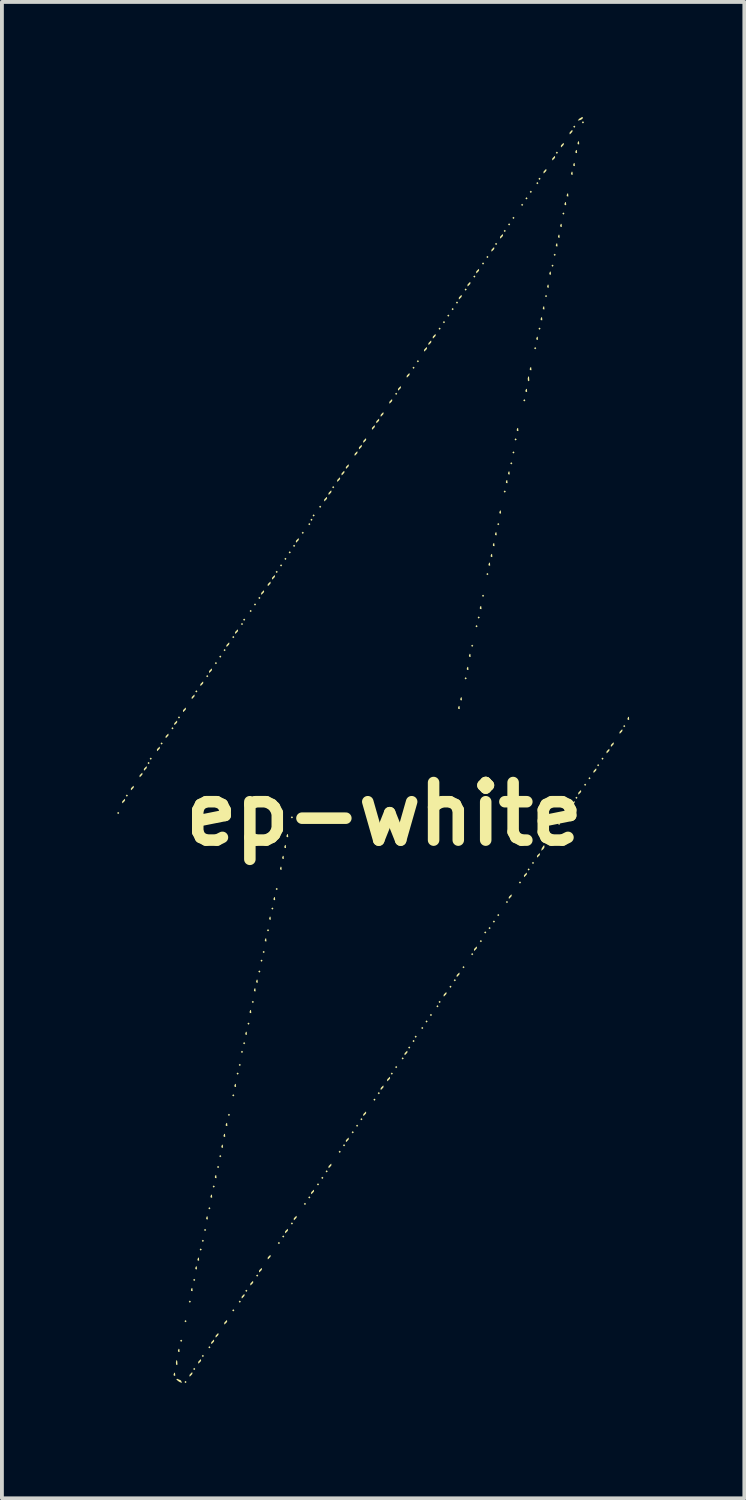
<source format=kicad_pcb>
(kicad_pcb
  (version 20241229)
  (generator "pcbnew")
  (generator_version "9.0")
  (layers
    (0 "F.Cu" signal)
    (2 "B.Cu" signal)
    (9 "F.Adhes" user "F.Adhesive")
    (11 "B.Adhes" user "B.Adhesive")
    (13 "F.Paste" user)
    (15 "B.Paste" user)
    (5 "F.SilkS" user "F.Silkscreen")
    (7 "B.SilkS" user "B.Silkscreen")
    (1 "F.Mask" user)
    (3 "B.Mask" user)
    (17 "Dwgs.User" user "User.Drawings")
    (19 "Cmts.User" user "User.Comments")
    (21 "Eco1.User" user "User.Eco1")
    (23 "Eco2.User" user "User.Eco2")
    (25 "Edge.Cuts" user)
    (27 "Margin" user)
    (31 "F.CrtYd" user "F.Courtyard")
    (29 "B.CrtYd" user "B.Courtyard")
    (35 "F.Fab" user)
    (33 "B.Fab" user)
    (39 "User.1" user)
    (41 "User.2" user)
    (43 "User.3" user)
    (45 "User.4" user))
  (footprint "ep-white"
    (layer "F.Cu")
    (at 6.958 18.154)
    (property "Reference" "ep-white" (at 0 0 0) (layer "F.SilkS") (effects (font (size 1.5 1.5) (thickness 0.3))))
    (attr board_only exclude_from_pos_files exclude_from_bom)
    (fp_poly (pts (xy -6.902 -0.028) (xy -6.93 0) (xy -6.958 -0.028) (xy -6.93 -0.057)) (stroke (width 0) (type solid)) (fill yes) (layer "F.SilkS"))
    (fp_poly (pts (xy -6.675 -0.481) (xy -6.704 -0.453) (xy -6.732 -0.481) (xy -6.704 -0.509)) (stroke (width 0) (type solid)) (fill yes) (layer "F.SilkS"))
    (fp_poly (pts (xy -6.11 -1.329) (xy -6.138 -1.301) (xy -6.166 -1.329) (xy -6.138 -1.358)) (stroke (width 0) (type solid)) (fill yes) (layer "F.SilkS"))
    (fp_poly (pts (xy -6.053 -1.443) (xy -6.081 -1.414) (xy -6.11 -1.443) (xy -6.081 -1.471)) (stroke (width 0) (type solid)) (fill yes) (layer "F.SilkS"))
    (fp_poly (pts (xy -5.77 -1.839) (xy -5.798 -1.81) (xy -5.827 -1.839) (xy -5.798 -1.867)) (stroke (width 0) (type solid)) (fill yes) (layer "F.SilkS"))
    (fp_poly (pts (xy -5.487 -2.235) (xy -5.516 -2.206) (xy -5.544 -2.235) (xy -5.516 -2.263)) (stroke (width 0) (type solid)) (fill yes) (layer "F.SilkS"))
    (fp_poly (pts (xy -5.318 -2.517) (xy -5.346 -2.489) (xy -5.374 -2.517) (xy -5.346 -2.546)) (stroke (width 0) (type solid)) (fill yes) (layer "F.SilkS"))
    (fp_poly (pts (xy -5.261 13.718) (xy -5.289 13.747) (xy -5.318 13.718) (xy -5.289 13.69)) (stroke (width 0) (type solid)) (fill yes) (layer "F.SilkS"))
    (fp_poly (pts (xy -5.148 13.209) (xy -5.176 13.237) (xy -5.204 13.209) (xy -5.176 13.181)) (stroke (width 0) (type solid)) (fill yes) (layer "F.SilkS"))
    (fp_poly (pts (xy -5.148 14.793) (xy -5.176 14.821) (xy -5.204 14.793) (xy -5.176 14.765)) (stroke (width 0) (type solid)) (fill yes) (layer "F.SilkS"))
    (fp_poly (pts (xy -5.035 12.7) (xy -5.063 12.728) (xy -5.091 12.7) (xy -5.063 12.672)) (stroke (width 0) (type solid)) (fill yes) (layer "F.SilkS"))
    (fp_poly (pts (xy -4.922 12.134) (xy -4.95 12.163) (xy -4.978 12.134) (xy -4.95 12.106)) (stroke (width 0) (type solid)) (fill yes) (layer "F.SilkS"))
    (fp_poly (pts (xy -4.922 14.454) (xy -4.95 14.482) (xy -4.978 14.454) (xy -4.95 14.425)) (stroke (width 0) (type solid)) (fill yes) (layer "F.SilkS"))
    (fp_poly (pts (xy -4.865 -3.196) (xy -4.893 -3.168) (xy -4.922 -3.196) (xy -4.893 -3.224)) (stroke (width 0) (type solid)) (fill yes) (layer "F.SilkS"))
    (fp_poly (pts (xy -4.752 11.342) (xy -4.78 11.371) (xy -4.808 11.342) (xy -4.78 11.314)) (stroke (width 0) (type solid)) (fill yes) (layer "F.SilkS"))
    (fp_poly (pts (xy -4.695 11.116) (xy -4.724 11.144) (xy -4.752 11.116) (xy -4.724 11.088)) (stroke (width 0) (type solid)) (fill yes) (layer "F.SilkS"))
    (fp_poly (pts (xy -4.695 14.114) (xy -4.724 14.143) (xy -4.752 14.114) (xy -4.724 14.086)) (stroke (width 0) (type solid)) (fill yes) (layer "F.SilkS"))
    (fp_poly (pts (xy -4.639 10.833) (xy -4.667 10.861) (xy -4.695 10.833) (xy -4.667 10.805)) (stroke (width 0) (type solid)) (fill yes) (layer "F.SilkS"))
    (fp_poly (pts (xy -4.582 -3.592) (xy -4.61 -3.564) (xy -4.639 -3.592) (xy -4.61 -3.62)) (stroke (width 0) (type solid)) (fill yes) (layer "F.SilkS"))
    (fp_poly (pts (xy -4.526 10.267) (xy -4.554 10.296) (xy -4.582 10.267) (xy -4.554 10.239)) (stroke (width 0) (type solid)) (fill yes) (layer "F.SilkS"))
    (fp_poly (pts (xy -4.526 13.888) (xy -4.554 13.916) (xy -4.582 13.888) (xy -4.554 13.86)) (stroke (width 0) (type solid)) (fill yes) (layer "F.SilkS"))
    (fp_poly (pts (xy -4.412 9.702) (xy -4.441 9.73) (xy -4.469 9.702) (xy -4.441 9.673)) (stroke (width 0) (type solid)) (fill yes) (layer "F.SilkS"))
    (fp_poly (pts (xy -4.356 -3.932) (xy -4.384 -3.903) (xy -4.412 -3.932) (xy -4.384 -3.96)) (stroke (width 0) (type solid)) (fill yes) (layer "F.SilkS"))
    (fp_poly (pts (xy -4.299 9.193) (xy -4.328 9.221) (xy -4.356 9.193) (xy -4.328 9.164)) (stroke (width 0) (type solid)) (fill yes) (layer "F.SilkS"))
    (fp_poly (pts (xy -4.243 -4.101) (xy -4.271 -4.073) (xy -4.299 -4.101) (xy -4.271 -4.13)) (stroke (width 0) (type solid)) (fill yes) (layer "F.SilkS"))
    (fp_poly (pts (xy -4.243 8.91) (xy -4.271 8.938) (xy -4.299 8.91) (xy -4.271 8.882)) (stroke (width 0) (type solid)) (fill yes) (layer "F.SilkS"))
    (fp_poly (pts (xy -4.13 -4.271) (xy -4.158 -4.243) (xy -4.186 -4.271) (xy -4.158 -4.299)) (stroke (width 0) (type solid)) (fill yes) (layer "F.SilkS"))
    (fp_poly (pts (xy -4.016 7.835) (xy -4.045 7.863) (xy -4.073 7.835) (xy -4.045 7.807)) (stroke (width 0) (type solid)) (fill yes) (layer "F.SilkS"))
    (fp_poly (pts (xy -3.903 -4.61) (xy -3.932 -4.582) (xy -3.96 -4.61) (xy -3.932 -4.639)) (stroke (width 0) (type solid)) (fill yes) (layer "F.SilkS"))
    (fp_poly (pts (xy -3.903 7.326) (xy -3.932 7.354) (xy -3.96 7.326) (xy -3.932 7.298)) (stroke (width 0) (type solid)) (fill yes) (layer "F.SilkS"))
    (fp_poly (pts (xy -3.903 12.926) (xy -3.932 12.955) (xy -3.96 12.926) (xy -3.932 12.898)) (stroke (width 0) (type solid)) (fill yes) (layer "F.SilkS"))
    (fp_poly (pts (xy -3.79 6.76) (xy -3.818 6.788) (xy -3.847 6.76) (xy -3.818 6.732)) (stroke (width 0) (type solid)) (fill yes) (layer "F.SilkS"))
    (fp_poly (pts (xy -3.734 6.534) (xy -3.762 6.562) (xy -3.79 6.534) (xy -3.762 6.506)) (stroke (width 0) (type solid)) (fill yes) (layer "F.SilkS"))
    (fp_poly (pts (xy -3.734 12.7) (xy -3.762 12.728) (xy -3.79 12.7) (xy -3.762 12.672)) (stroke (width 0) (type solid)) (fill yes) (layer "F.SilkS"))
    (fp_poly (pts (xy -3.677 -4.95) (xy -3.705 -4.922) (xy -3.734 -4.95) (xy -3.705 -4.978)) (stroke (width 0) (type solid)) (fill yes) (layer "F.SilkS"))
    (fp_poly (pts (xy -3.677 6.194) (xy -3.705 6.223) (xy -3.734 6.194) (xy -3.705 6.166)) (stroke (width 0) (type solid)) (fill yes) (layer "F.SilkS"))
    (fp_poly (pts (xy -3.62 -5.063) (xy -3.649 -5.035) (xy -3.677 -5.063) (xy -3.649 -5.091)) (stroke (width 0) (type solid)) (fill yes) (layer "F.SilkS"))
    (fp_poly (pts (xy -3.62 5.968) (xy -3.649 5.996) (xy -3.677 5.968) (xy -3.649 5.94)) (stroke (width 0) (type solid)) (fill yes) (layer "F.SilkS"))
    (fp_poly (pts (xy -3.564 12.417) (xy -3.592 12.445) (xy -3.62 12.417) (xy -3.592 12.389)) (stroke (width 0) (type solid)) (fill yes) (layer "F.SilkS"))
    (fp_poly (pts (xy -3.507 5.459) (xy -3.536 5.487) (xy -3.564 5.459) (xy -3.536 5.431)) (stroke (width 0) (type solid)) (fill yes) (layer "F.SilkS"))
    (fp_poly (pts (xy -3.451 -5.289) (xy -3.479 -5.261) (xy -3.507 -5.289) (xy -3.479 -5.318)) (stroke (width 0) (type solid)) (fill yes) (layer "F.SilkS"))
    (fp_poly (pts (xy -3.394 4.893) (xy -3.422 4.922) (xy -3.451 4.893) (xy -3.422 4.865)) (stroke (width 0) (type solid)) (fill yes) (layer "F.SilkS"))
    (fp_poly (pts (xy -3.338 -5.459) (xy -3.366 -5.431) (xy -3.394 -5.459) (xy -3.366 -5.487)) (stroke (width 0) (type solid)) (fill yes) (layer "F.SilkS"))
    (fp_poly (pts (xy -3.281 12.021) (xy -3.309 12.049) (xy -3.338 12.021) (xy -3.309 11.993)) (stroke (width 0) (type solid)) (fill yes) (layer "F.SilkS"))
    (fp_poly (pts (xy -3.224 -5.629) (xy -3.253 -5.6) (xy -3.281 -5.629) (xy -3.253 -5.657)) (stroke (width 0) (type solid)) (fill yes) (layer "F.SilkS"))
    (fp_poly (pts (xy -3.224 4.101) (xy -3.253 4.13) (xy -3.281 4.101) (xy -3.253 4.073)) (stroke (width 0) (type solid)) (fill yes) (layer "F.SilkS"))
    (fp_poly (pts (xy -3.168 3.818) (xy -3.196 3.847) (xy -3.224 3.818) (xy -3.196 3.79)) (stroke (width 0) (type solid)) (fill yes) (layer "F.SilkS"))
    (fp_poly (pts (xy -3.111 3.592) (xy -3.14 3.62) (xy -3.168 3.592) (xy -3.14 3.564)) (stroke (width 0) (type solid)) (fill yes) (layer "F.SilkS"))
    (fp_poly (pts (xy -2.998 3.027) (xy -3.027 3.055) (xy -3.055 3.027) (xy -3.027 2.998)) (stroke (width 0) (type solid)) (fill yes) (layer "F.SilkS"))
    (fp_poly (pts (xy -2.885 2.461) (xy -2.913 2.489) (xy -2.942 2.461) (xy -2.913 2.433)) (stroke (width 0) (type solid)) (fill yes) (layer "F.SilkS"))
    (fp_poly (pts (xy -2.772 -6.308) (xy -2.8 -6.279) (xy -2.829 -6.308) (xy -2.8 -6.336)) (stroke (width 0) (type solid)) (fill yes) (layer "F.SilkS"))
    (fp_poly (pts (xy -2.772 1.952) (xy -2.8 1.98) (xy -2.829 1.952) (xy -2.8 1.923)) (stroke (width 0) (type solid)) (fill yes) (layer "F.SilkS"))
    (fp_poly (pts (xy -2.715 11.173) (xy -2.744 11.201) (xy -2.772 11.173) (xy -2.744 11.144)) (stroke (width 0) (type solid)) (fill yes) (layer "F.SilkS"))
    (fp_poly (pts (xy -2.659 -6.477) (xy -2.687 -6.449) (xy -2.715 -6.477) (xy -2.687 -6.506)) (stroke (width 0) (type solid)) (fill yes) (layer "F.SilkS"))
    (fp_poly (pts (xy -2.602 11.003) (xy -2.631 11.031) (xy -2.659 11.003) (xy -2.631 10.975)) (stroke (width 0) (type solid)) (fill yes) (layer "F.SilkS"))
    (fp_poly (pts (xy -2.546 -6.647) (xy -2.574 -6.619) (xy -2.602 -6.647) (xy -2.574 -6.675)) (stroke (width 0) (type solid)) (fill yes) (layer "F.SilkS"))
    (fp_poly (pts (xy -2.433 -6.817) (xy -2.461 -6.788) (xy -2.489 -6.817) (xy -2.461 -6.845)) (stroke (width 0) (type solid)) (fill yes) (layer "F.SilkS"))
    (fp_poly (pts (xy -2.376 0.085) (xy -2.404 0.113) (xy -2.433 0.085) (xy -2.404 0.057)) (stroke (width 0) (type solid)) (fill yes) (layer "F.SilkS"))
    (fp_poly (pts (xy -2.376 10.663) (xy -2.404 10.692) (xy -2.433 10.663) (xy -2.404 10.635)) (stroke (width 0) (type solid)) (fill yes) (layer "F.SilkS"))
    (fp_poly (pts (xy -2.319 -6.986) (xy -2.348 -6.958) (xy -2.376 -6.986) (xy -2.348 -7.015)) (stroke (width 0) (type solid)) (fill yes) (layer "F.SilkS"))
    (fp_poly (pts (xy -2.093 -7.326) (xy -2.121 -7.298) (xy -2.15 -7.326) (xy -2.121 -7.354)) (stroke (width 0) (type solid)) (fill yes) (layer "F.SilkS"))
    (fp_poly (pts (xy -2.037 10.154) (xy -2.065 10.183) (xy -2.093 10.154) (xy -2.065 10.126)) (stroke (width 0) (type solid)) (fill yes) (layer "F.SilkS"))
    (fp_poly (pts (xy -1.923 -7.552) (xy -1.952 -7.524) (xy -1.98 -7.552) (xy -1.952 -7.58)) (stroke (width 0) (type solid)) (fill yes) (layer "F.SilkS"))
    (fp_poly (pts (xy -1.923 9.985) (xy -1.952 10.013) (xy -1.98 9.985) (xy -1.952 9.956)) (stroke (width 0) (type solid)) (fill yes) (layer "F.SilkS"))
    (fp_poly (pts (xy -1.867 -7.665) (xy -1.895 -7.637) (xy -1.923 -7.665) (xy -1.895 -7.694)) (stroke (width 0) (type solid)) (fill yes) (layer "F.SilkS"))
    (fp_poly (pts (xy -1.81 -7.778) (xy -1.839 -7.75) (xy -1.867 -7.778) (xy -1.839 -7.807)) (stroke (width 0) (type solid)) (fill yes) (layer "F.SilkS"))
    (fp_poly (pts (xy -1.697 9.645) (xy -1.725 9.673) (xy -1.754 9.645) (xy -1.725 9.617)) (stroke (width 0) (type solid)) (fill yes) (layer "F.SilkS"))
    (fp_poly (pts (xy -1.641 -8.005) (xy -1.669 -7.976) (xy -1.697 -8.005) (xy -1.669 -8.033)) (stroke (width 0) (type solid)) (fill yes) (layer "F.SilkS"))
    (fp_poly (pts (xy -1.584 9.476) (xy -1.612 9.504) (xy -1.641 9.476) (xy -1.612 9.447)) (stroke (width 0) (type solid)) (fill yes) (layer "F.SilkS"))
    (fp_poly (pts (xy -1.471 9.306) (xy -1.499 9.334) (xy -1.527 9.306) (xy -1.499 9.278)) (stroke (width 0) (type solid)) (fill yes) (layer "F.SilkS"))
    (fp_poly (pts (xy -1.301 -8.514) (xy -1.329 -8.486) (xy -1.358 -8.514) (xy -1.329 -8.542)) (stroke (width 0) (type solid)) (fill yes) (layer "F.SilkS"))
    (fp_poly (pts (xy -1.131 8.797) (xy -1.16 8.825) (xy -1.188 8.797) (xy -1.16 8.768)) (stroke (width 0) (type solid)) (fill yes) (layer "F.SilkS"))
    (fp_poly (pts (xy -1.018 8.627) (xy -1.047 8.655) (xy -1.075 8.627) (xy -1.047 8.599)) (stroke (width 0) (type solid)) (fill yes) (layer "F.SilkS"))
    (fp_poly (pts (xy -0.792 8.288) (xy -0.82 8.316) (xy -0.849 8.288) (xy -0.82 8.259)) (stroke (width 0) (type solid)) (fill yes) (layer "F.SilkS"))
    (fp_poly (pts (xy -0.679 8.118) (xy -0.707 8.146) (xy -0.735 8.118) (xy -0.707 8.09)) (stroke (width 0) (type solid)) (fill yes) (layer "F.SilkS"))
    (fp_poly (pts (xy -0.566 7.948) (xy -0.594 7.976) (xy -0.622 7.948) (xy -0.594 7.92)) (stroke (width 0) (type solid)) (fill yes) (layer "F.SilkS"))
    (fp_poly (pts (xy -0.226 7.439) (xy -0.255 7.467) (xy -0.283 7.439) (xy -0.255 7.411)) (stroke (width 0) (type solid)) (fill yes) (layer "F.SilkS"))
    (fp_poly (pts (xy -0.113 7.269) (xy -0.141 7.298) (xy -0.17 7.269) (xy -0.141 7.241)) (stroke (width 0) (type solid)) (fill yes) (layer "F.SilkS"))
    (fp_poly (pts (xy 0.226 6.76) (xy 0.198 6.788) (xy 0.17 6.76) (xy 0.198 6.732)) (stroke (width 0) (type solid)) (fill yes) (layer "F.SilkS"))
    (fp_poly (pts (xy 0.339 -10.946) (xy 0.311 -10.918) (xy 0.283 -10.946) (xy 0.311 -10.975)) (stroke (width 0) (type solid)) (fill yes) (layer "F.SilkS"))
    (fp_poly (pts (xy 0.339 6.59) (xy 0.311 6.619) (xy 0.283 6.59) (xy 0.311 6.562)) (stroke (width 0) (type solid)) (fill yes) (layer "F.SilkS"))
    (fp_poly (pts (xy 0.509 6.364) (xy 0.481 6.392) (xy 0.453 6.364) (xy 0.481 6.336)) (stroke (width 0) (type solid)) (fill yes) (layer "F.SilkS"))
    (fp_poly (pts (xy 0.679 6.081) (xy 0.651 6.11) (xy 0.622 6.081) (xy 0.651 6.053)) (stroke (width 0) (type solid)) (fill yes) (layer "F.SilkS"))
    (fp_poly (pts (xy 0.792 -11.625) (xy 0.764 -11.597) (xy 0.735 -11.625) (xy 0.764 -11.653)) (stroke (width 0) (type solid)) (fill yes) (layer "F.SilkS"))
    (fp_poly (pts (xy 0.792 5.912) (xy 0.764 5.94) (xy 0.735 5.912) (xy 0.764 5.883)) (stroke (width 0) (type solid)) (fill yes) (layer "F.SilkS"))
    (fp_poly (pts (xy 0.849 5.798) (xy 0.82 5.827) (xy 0.792 5.798) (xy 0.82 5.77)) (stroke (width 0) (type solid)) (fill yes) (layer "F.SilkS"))
    (fp_poly (pts (xy 0.905 -11.795) (xy 0.877 -11.767) (xy 0.849 -11.795) (xy 0.877 -11.823)) (stroke (width 0) (type solid)) (fill yes) (layer "F.SilkS"))
    (fp_poly (pts (xy 1.018 5.572) (xy 0.99 5.6) (xy 0.962 5.572) (xy 0.99 5.544)) (stroke (width 0) (type solid)) (fill yes) (layer "F.SilkS"))
    (fp_poly (pts (xy 1.131 5.402) (xy 1.103 5.431) (xy 1.075 5.402) (xy 1.103 5.374)) (stroke (width 0) (type solid)) (fill yes) (layer "F.SilkS"))
    (fp_poly (pts (xy 1.245 5.233) (xy 1.216 5.261) (xy 1.188 5.233) (xy 1.216 5.204)) (stroke (width 0) (type solid)) (fill yes) (layer "F.SilkS"))
    (fp_poly (pts (xy 1.414 5.006) (xy 1.386 5.035) (xy 1.358 5.006) (xy 1.386 4.978)) (stroke (width 0) (type solid)) (fill yes) (layer "F.SilkS"))
    (fp_poly (pts (xy 1.471 -12.643) (xy 1.443 -12.615) (xy 1.414 -12.643) (xy 1.443 -12.672)) (stroke (width 0) (type solid)) (fill yes) (layer "F.SilkS"))
    (fp_poly (pts (xy 1.471 4.893) (xy 1.443 4.922) (xy 1.414 4.893) (xy 1.443 4.865)) (stroke (width 0) (type solid)) (fill yes) (layer "F.SilkS"))
    (fp_poly (pts (xy 1.584 -12.813) (xy 1.556 -12.785) (xy 1.527 -12.813) (xy 1.556 -12.841)) (stroke (width 0) (type solid)) (fill yes) (layer "F.SilkS"))
    (fp_poly (pts (xy 1.697 -12.983) (xy 1.669 -12.955) (xy 1.641 -12.983) (xy 1.669 -13.011)) (stroke (width 0) (type solid)) (fill yes) (layer "F.SilkS"))
    (fp_poly (pts (xy 1.754 4.497) (xy 1.725 4.526) (xy 1.697 4.497) (xy 1.725 4.469)) (stroke (width 0) (type solid)) (fill yes) (layer "F.SilkS"))
    (fp_poly (pts (xy 1.81 -13.153) (xy 1.782 -13.124) (xy 1.754 -13.153) (xy 1.782 -13.181)) (stroke (width 0) (type solid)) (fill yes) (layer "F.SilkS"))
    (fp_poly (pts (xy 1.867 4.328) (xy 1.839 4.356) (xy 1.81 4.328) (xy 1.839 4.299)) (stroke (width 0) (type solid)) (fill yes) (layer "F.SilkS"))
    (fp_poly (pts (xy 1.923 -13.322) (xy 1.895 -13.294) (xy 1.867 -13.322) (xy 1.895 -13.351)) (stroke (width 0) (type solid)) (fill yes) (layer "F.SilkS"))
    (fp_poly (pts (xy 2.093 3.988) (xy 2.065 4.016) (xy 2.037 3.988) (xy 2.065 3.96)) (stroke (width 0) (type solid)) (fill yes) (layer "F.SilkS"))
    (fp_poly (pts (xy 2.15 -13.662) (xy 2.121 -13.633) (xy 2.093 -13.662) (xy 2.121 -13.69)) (stroke (width 0) (type solid)) (fill yes) (layer "F.SilkS"))
    (fp_poly (pts (xy 2.15 -3.536) (xy 2.121 -3.507) (xy 2.093 -3.536) (xy 2.121 -3.564)) (stroke (width 0) (type solid)) (fill yes) (layer "F.SilkS"))
    (fp_poly (pts (xy 2.319 -4.384) (xy 2.291 -4.356) (xy 2.263 -4.384) (xy 2.291 -4.412)) (stroke (width 0) (type solid)) (fill yes) (layer "F.SilkS"))
    (fp_poly (pts (xy 2.319 3.649) (xy 2.291 3.677) (xy 2.263 3.649) (xy 2.291 3.62)) (stroke (width 0) (type solid)) (fill yes) (layer "F.SilkS"))
    (fp_poly (pts (xy 2.376 -14.001) (xy 2.348 -13.973) (xy 2.319 -14.001) (xy 2.348 -14.029)) (stroke (width 0) (type solid)) (fill yes) (layer "F.SilkS"))
    (fp_poly (pts (xy 2.433 -4.893) (xy 2.404 -4.865) (xy 2.376 -4.893) (xy 2.404 -4.922)) (stroke (width 0) (type solid)) (fill yes) (layer "F.SilkS"))
    (fp_poly (pts (xy 2.489 -5.12) (xy 2.461 -5.091) (xy 2.433 -5.12) (xy 2.461 -5.148)) (stroke (width 0) (type solid)) (fill yes) (layer "F.SilkS"))
    (fp_poly (pts (xy 2.546 3.309) (xy 2.517 3.338) (xy 2.489 3.309) (xy 2.517 3.281)) (stroke (width 0) (type solid)) (fill yes) (layer "F.SilkS"))
    (fp_poly (pts (xy 2.602 -14.341) (xy 2.574 -14.312) (xy 2.546 -14.341) (xy 2.574 -14.369)) (stroke (width 0) (type solid)) (fill yes) (layer "F.SilkS"))
    (fp_poly (pts (xy 2.602 -5.685) (xy 2.574 -5.657) (xy 2.546 -5.685) (xy 2.574 -5.714)) (stroke (width 0) (type solid)) (fill yes) (layer "F.SilkS"))
    (fp_poly (pts (xy 2.659 3.083) (xy 2.631 3.111) (xy 2.602 3.083) (xy 2.631 3.055)) (stroke (width 0) (type solid)) (fill yes) (layer "F.SilkS"))
    (fp_poly (pts (xy 2.715 -14.51) (xy 2.687 -14.482) (xy 2.659 -14.51) (xy 2.687 -14.539)) (stroke (width 0) (type solid)) (fill yes) (layer "F.SilkS"))
    (fp_poly (pts (xy 2.715 -6.251) (xy 2.687 -6.223) (xy 2.659 -6.251) (xy 2.687 -6.279)) (stroke (width 0) (type solid)) (fill yes) (layer "F.SilkS"))
    (fp_poly (pts (xy 2.772 2.97) (xy 2.744 2.998) (xy 2.715 2.97) (xy 2.744 2.942)) (stroke (width 0) (type solid)) (fill yes) (layer "F.SilkS"))
    (fp_poly (pts (xy 2.885 2.8) (xy 2.857 2.829) (xy 2.829 2.8) (xy 2.857 2.772)) (stroke (width 0) (type solid)) (fill yes) (layer "F.SilkS"))
    (fp_poly (pts (xy 2.942 -14.85) (xy 2.913 -14.821) (xy 2.885 -14.85) (xy 2.913 -14.878)) (stroke (width 0) (type solid)) (fill yes) (layer "F.SilkS"))
    (fp_poly (pts (xy 2.998 -7.552) (xy 2.97 -7.524) (xy 2.942 -7.552) (xy 2.97 -7.58)) (stroke (width 0) (type solid)) (fill yes) (layer "F.SilkS"))
    (fp_poly (pts (xy 2.998 2.631) (xy 2.97 2.659) (xy 2.942 2.631) (xy 2.97 2.602)) (stroke (width 0) (type solid)) (fill yes) (layer "F.SilkS"))
    (fp_poly (pts (xy 3.168 -15.189) (xy 3.14 -15.161) (xy 3.111 -15.189) (xy 3.14 -15.217)) (stroke (width 0) (type solid)) (fill yes) (layer "F.SilkS"))
    (fp_poly (pts (xy 3.168 -8.401) (xy 3.14 -8.372) (xy 3.111 -8.401) (xy 3.14 -8.429)) (stroke (width 0) (type solid)) (fill yes) (layer "F.SilkS"))
    (fp_poly (pts (xy 3.224 2.291) (xy 3.196 2.319) (xy 3.168 2.291) (xy 3.196 2.263)) (stroke (width 0) (type solid)) (fill yes) (layer "F.SilkS"))
    (fp_poly (pts (xy 3.281 -15.359) (xy 3.253 -15.331) (xy 3.224 -15.359) (xy 3.253 -15.387)) (stroke (width 0) (type solid)) (fill yes) (layer "F.SilkS"))
    (fp_poly (pts (xy 3.338 -9.136) (xy 3.309 -9.108) (xy 3.281 -9.136) (xy 3.309 -9.164)) (stroke (width 0) (type solid)) (fill yes) (layer "F.SilkS"))
    (fp_poly (pts (xy 3.394 -15.529) (xy 3.366 -15.5) (xy 3.338 -15.529) (xy 3.366 -15.557)) (stroke (width 0) (type solid)) (fill yes) (layer "F.SilkS"))
    (fp_poly (pts (xy 3.394 -9.419) (xy 3.366 -9.391) (xy 3.338 -9.419) (xy 3.366 -9.447)) (stroke (width 0) (type solid)) (fill yes) (layer "F.SilkS"))
    (fp_poly (pts (xy 3.451 -9.758) (xy 3.422 -9.73) (xy 3.394 -9.758) (xy 3.422 -9.787)) (stroke (width 0) (type solid)) (fill yes) (layer "F.SilkS"))
    (fp_poly (pts (xy 3.564 1.782) (xy 3.536 1.81) (xy 3.507 1.782) (xy 3.536 1.754)) (stroke (width 0) (type solid)) (fill yes) (layer "F.SilkS"))
    (fp_poly (pts (xy 3.62 -15.868) (xy 3.592 -15.84) (xy 3.564 -15.868) (xy 3.592 -15.896)) (stroke (width 0) (type solid)) (fill yes) (layer "F.SilkS"))
    (fp_poly (pts (xy 3.677 -10.777) (xy 3.649 -10.748) (xy 3.62 -10.777) (xy 3.649 -10.805)) (stroke (width 0) (type solid)) (fill yes) (layer "F.SilkS"))
    (fp_poly (pts (xy 3.734 -16.038) (xy 3.705 -16.009) (xy 3.677 -16.038) (xy 3.705 -16.066)) (stroke (width 0) (type solid)) (fill yes) (layer "F.SilkS"))
    (fp_poly (pts (xy 3.79 1.443) (xy 3.762 1.471) (xy 3.734 1.443) (xy 3.762 1.414)) (stroke (width 0) (type solid)) (fill yes) (layer "F.SilkS"))
    (fp_poly (pts (xy 3.847 -16.207) (xy 3.818 -16.179) (xy 3.79 -16.207) (xy 3.818 -16.236)) (stroke (width 0) (type solid)) (fill yes) (layer "F.SilkS"))
    (fp_poly (pts (xy 3.903 1.273) (xy 3.875 1.301) (xy 3.847 1.273) (xy 3.875 1.245)) (stroke (width 0) (type solid)) (fill yes) (layer "F.SilkS"))
    (fp_poly (pts (xy 3.96 -12.134) (xy 3.932 -12.106) (xy 3.903 -12.134) (xy 3.932 -12.163)) (stroke (width 0) (type solid)) (fill yes) (layer "F.SilkS"))
    (fp_poly (pts (xy 4.016 -16.434) (xy 3.988 -16.405) (xy 3.96 -16.434) (xy 3.988 -16.462)) (stroke (width 0) (type solid)) (fill yes) (layer "F.SilkS"))
    (fp_poly (pts (xy 4.073 -16.547) (xy 4.045 -16.518) (xy 4.016 -16.547) (xy 4.045 -16.575)) (stroke (width 0) (type solid)) (fill yes) (layer "F.SilkS"))
    (fp_poly (pts (xy 4.073 -12.643) (xy 4.045 -12.615) (xy 4.016 -12.643) (xy 4.045 -12.672)) (stroke (width 0) (type solid)) (fill yes) (layer "F.SilkS"))
    (fp_poly (pts (xy 4.243 -13.492) (xy 4.214 -13.464) (xy 4.186 -13.492) (xy 4.214 -13.52)) (stroke (width 0) (type solid)) (fill yes) (layer "F.SilkS"))
    (fp_poly (pts (xy 4.356 0.594) (xy 4.328 0.622) (xy 4.299 0.594) (xy 4.328 0.566)) (stroke (width 0) (type solid)) (fill yes) (layer "F.SilkS"))
    (fp_poly (pts (xy 4.412 -14.284) (xy 4.384 -14.256) (xy 4.356 -14.284) (xy 4.384 -14.312)) (stroke (width 0) (type solid)) (fill yes) (layer "F.SilkS"))
    (fp_poly (pts (xy 4.469 -14.567) (xy 4.441 -14.539) (xy 4.412 -14.567) (xy 4.441 -14.595)) (stroke (width 0) (type solid)) (fill yes) (layer "F.SilkS"))
    (fp_poly (pts (xy 4.526 -17.226) (xy 4.497 -17.197) (xy 4.469 -17.226) (xy 4.497 -17.254)) (stroke (width 0) (type solid)) (fill yes) (layer "F.SilkS"))
    (fp_poly (pts (xy 4.582 0.255) (xy 4.554 0.283) (xy 4.526 0.255) (xy 4.554 0.226)) (stroke (width 0) (type solid)) (fill yes) (layer "F.SilkS"))
    (fp_poly (pts (xy 4.695 -15.642) (xy 4.667 -15.613) (xy 4.639 -15.642) (xy 4.667 -15.67)) (stroke (width 0) (type solid)) (fill yes) (layer "F.SilkS"))
    (fp_poly (pts (xy 4.695 0.085) (xy 4.667 0.113) (xy 4.639 0.085) (xy 4.667 0.057)) (stroke (width 0) (type solid)) (fill yes) (layer "F.SilkS"))
    (fp_poly (pts (xy 4.808 -0.085) (xy 4.78 -0.057) (xy 4.752 -0.085) (xy 4.78 -0.113)) (stroke (width 0) (type solid)) (fill yes) (layer "F.SilkS"))
    (fp_poly (pts (xy 4.978 -17.904) (xy 4.95 -17.876) (xy 4.922 -17.904) (xy 4.95 -17.933)) (stroke (width 0) (type solid)) (fill yes) (layer "F.SilkS"))
    (fp_poly (pts (xy 5.035 -0.424) (xy 5.006 -0.396) (xy 4.978 -0.424) (xy 5.006 -0.453)) (stroke (width 0) (type solid)) (fill yes) (layer "F.SilkS"))
    (fp_poly (pts (xy 5.204 -18.018) (xy 5.176 -17.989) (xy 5.148 -18.018) (xy 5.176 -18.046)) (stroke (width 0) (type solid)) (fill yes) (layer "F.SilkS"))
    (fp_poly (pts (xy 5.261 -0.764) (xy 5.233 -0.735) (xy 5.204 -0.764) (xy 5.233 -0.792)) (stroke (width 0) (type solid)) (fill yes) (layer "F.SilkS"))
    (fp_poly (pts (xy 5.374 -0.933) (xy 5.346 -0.905) (xy 5.318 -0.933) (xy 5.346 -0.962)) (stroke (width 0) (type solid)) (fill yes) (layer "F.SilkS"))
    (fp_poly (pts (xy 5.6 -1.273) (xy 5.572 -1.245) (xy 5.544 -1.273) (xy 5.572 -1.301)) (stroke (width 0) (type solid)) (fill yes) (layer "F.SilkS"))
    (fp_poly (pts (xy 5.714 -1.443) (xy 5.685 -1.414) (xy 5.657 -1.443) (xy 5.685 -1.471)) (stroke (width 0) (type solid)) (fill yes) (layer "F.SilkS"))
    (fp_poly (pts (xy 6.279 -2.291) (xy 6.251 -2.263) (xy 6.223 -2.291) (xy 6.251 -2.319)) (stroke (width 0) (type solid)) (fill yes) (layer "F.SilkS"))
    (fp_poly (pts (xy -5.45 14.557) (xy -5.443 14.625) (xy -5.45 14.633) (xy -5.483 14.625) (xy -5.487 14.595) (xy -5.467 14.549)) (stroke (width 0) (type solid)) (fill yes) (layer "F.SilkS"))
    (fp_poly (pts (xy -5.392 14.245) (xy -5.385 14.333) (xy -5.397 14.353) (xy -5.422 14.337) (xy -5.426 14.279) (xy -5.412 14.219)) (stroke (width 0) (type solid)) (fill yes) (layer "F.SilkS"))
    (fp_poly (pts (xy -5.336 13.935) (xy -5.33 14.002) (xy -5.336 14.011) (xy -5.37 14.003) (xy -5.374 13.973) (xy -5.353 13.926)) (stroke (width 0) (type solid)) (fill yes) (layer "F.SilkS"))
    (fp_poly (pts (xy -4.997 12.351) (xy -4.99 12.418) (xy -4.997 12.427) (xy -5.031 12.419) (xy -5.035 12.389) (xy -5.014 12.342)) (stroke (width 0) (type solid)) (fill yes) (layer "F.SilkS"))
    (fp_poly (pts (xy -4.884 11.785) (xy -4.877 11.853) (xy -4.884 11.861) (xy -4.918 11.853) (xy -4.922 11.823) (xy -4.901 11.777)) (stroke (width 0) (type solid)) (fill yes) (layer "F.SilkS"))
    (fp_poly (pts (xy -4.827 11.559) (xy -4.821 11.626) (xy -4.827 11.635) (xy -4.861 11.627) (xy -4.865 11.597) (xy -4.844 11.55)) (stroke (width 0) (type solid)) (fill yes) (layer "F.SilkS"))
    (fp_poly (pts (xy -4.601 10.484) (xy -4.594 10.551) (xy -4.601 10.56) (xy -4.635 10.552) (xy -4.639 10.522) (xy -4.618 10.475)) (stroke (width 0) (type solid)) (fill yes) (layer "F.SilkS"))
    (fp_poly (pts (xy -4.488 9.919) (xy -4.481 9.986) (xy -4.488 9.994) (xy -4.522 9.986) (xy -4.526 9.956) (xy -4.505 9.91)) (stroke (width 0) (type solid)) (fill yes) (layer "F.SilkS"))
    (fp_poly (pts (xy -4.375 9.41) (xy -4.368 9.477) (xy -4.375 9.485) (xy -4.408 9.477) (xy -4.412 9.447) (xy -4.392 9.401)) (stroke (width 0) (type solid)) (fill yes) (layer "F.SilkS"))
    (fp_poly (pts (xy -4.205 8.618) (xy -4.198 8.685) (xy -4.205 8.693) (xy -4.239 8.685) (xy -4.243 8.655) (xy -4.222 8.609)) (stroke (width 0) (type solid)) (fill yes) (layer "F.SilkS"))
    (fp_poly (pts (xy -4.148 8.335) (xy -4.142 8.402) (xy -4.148 8.41) (xy -4.182 8.402) (xy -4.186 8.372) (xy -4.165 8.326)) (stroke (width 0) (type solid)) (fill yes) (layer "F.SilkS"))
    (fp_poly (pts (xy -4.092 8.052) (xy -4.085 8.119) (xy -4.092 8.127) (xy -4.126 8.119) (xy -4.13 8.09) (xy -4.109 8.043)) (stroke (width 0) (type solid)) (fill yes) (layer "F.SilkS"))
    (fp_poly (pts (xy -3.866 7.034) (xy -3.859 7.101) (xy -3.866 7.109) (xy -3.899 7.101) (xy -3.903 7.071) (xy -3.883 7.025)) (stroke (width 0) (type solid)) (fill yes) (layer "F.SilkS"))
    (fp_poly (pts (xy -3.583 5.676) (xy -3.576 5.743) (xy -3.583 5.751) (xy -3.616 5.744) (xy -3.62 5.714) (xy -3.6 5.667)) (stroke (width 0) (type solid)) (fill yes) (layer "F.SilkS"))
    (fp_poly (pts (xy -3.47 5.11) (xy -3.463 5.177) (xy -3.47 5.186) (xy -3.503 5.178) (xy -3.507 5.148) (xy -3.487 5.101)) (stroke (width 0) (type solid)) (fill yes) (layer "F.SilkS"))
    (fp_poly (pts (xy -3.356 4.544) (xy -3.35 4.612) (xy -3.356 4.62) (xy -3.39 4.612) (xy -3.394 4.582) (xy -3.374 4.536)) (stroke (width 0) (type solid)) (fill yes) (layer "F.SilkS"))
    (fp_poly (pts (xy -3.3 4.318) (xy -3.293 4.385) (xy -3.3 4.394) (xy -3.334 4.386) (xy -3.338 4.356) (xy -3.317 4.309)) (stroke (width 0) (type solid)) (fill yes) (layer "F.SilkS"))
    (fp_poly (pts (xy -3.074 3.243) (xy -3.067 3.31) (xy -3.074 3.319) (xy -3.107 3.311) (xy -3.111 3.281) (xy -3.091 3.235)) (stroke (width 0) (type solid)) (fill yes) (layer "F.SilkS"))
    (fp_poly (pts (xy -2.961 2.678) (xy -2.954 2.745) (xy -2.961 2.753) (xy -2.994 2.745) (xy -2.998 2.715) (xy -2.978 2.669)) (stroke (width 0) (type solid)) (fill yes) (layer "F.SilkS"))
    (fp_poly (pts (xy -2.847 2.169) (xy -2.841 2.236) (xy -2.847 2.244) (xy -2.881 2.236) (xy -2.885 2.206) (xy -2.864 2.16)) (stroke (width 0) (type solid)) (fill yes) (layer "F.SilkS"))
    (fp_poly (pts (xy -2.678 1.377) (xy -2.671 1.444) (xy -2.678 1.452) (xy -2.711 1.444) (xy -2.715 1.414) (xy -2.695 1.368)) (stroke (width 0) (type solid)) (fill yes) (layer "F.SilkS"))
    (fp_poly (pts (xy -2.621 1.094) (xy -2.614 1.161) (xy -2.621 1.169) (xy -2.655 1.161) (xy -2.659 1.131) (xy -2.638 1.085)) (stroke (width 0) (type solid)) (fill yes) (layer "F.SilkS"))
    (fp_poly (pts (xy -2.565 0.811) (xy -2.558 0.878) (xy -2.565 0.886) (xy -2.598 0.879) (xy -2.602 0.849) (xy -2.582 0.802)) (stroke (width 0) (type solid)) (fill yes) (layer "F.SilkS"))
    (fp_poly (pts (xy -2.508 0.528) (xy -2.501 0.595) (xy -2.508 0.603) (xy -2.542 0.596) (xy -2.546 0.566) (xy -2.525 0.519)) (stroke (width 0) (type solid)) (fill yes) (layer "F.SilkS"))
    (fp_poly (pts (xy 1.961 -2.81) (xy 1.968 -2.743) (xy 1.961 -2.734) (xy 1.927 -2.742) (xy 1.923 -2.772) (xy 1.944 -2.819)) (stroke (width 0) (type solid)) (fill yes) (layer "F.SilkS"))
    (fp_poly (pts (xy 2.018 -3.036) (xy 2.024 -2.969) (xy 2.018 -2.961) (xy 1.984 -2.968) (xy 1.98 -2.998) (xy 2.001 -3.045)) (stroke (width 0) (type solid)) (fill yes) (layer "F.SilkS"))
    (fp_poly (pts (xy 2.187 -3.828) (xy 2.194 -3.761) (xy 2.187 -3.752) (xy 2.154 -3.76) (xy 2.15 -3.79) (xy 2.17 -3.837)) (stroke (width 0) (type solid)) (fill yes) (layer "F.SilkS"))
    (fp_poly (pts (xy 2.244 -4.167) (xy 2.251 -4.1) (xy 2.244 -4.092) (xy 2.21 -4.1) (xy 2.206 -4.13) (xy 2.227 -4.176)) (stroke (width 0) (type solid)) (fill yes) (layer "F.SilkS"))
    (fp_poly (pts (xy 2.527 -5.412) (xy 2.534 -5.345) (xy 2.527 -5.336) (xy 2.493 -5.344) (xy 2.489 -5.374) (xy 2.51 -5.421)) (stroke (width 0) (type solid)) (fill yes) (layer "F.SilkS"))
    (fp_poly (pts (xy 2.753 -6.543) (xy 2.76 -6.476) (xy 2.753 -6.468) (xy 2.719 -6.476) (xy 2.715 -6.506) (xy 2.736 -6.552)) (stroke (width 0) (type solid)) (fill yes) (layer "F.SilkS"))
    (fp_poly (pts (xy 2.81 -6.77) (xy 2.816 -6.702) (xy 2.81 -6.694) (xy 2.776 -6.702) (xy 2.772 -6.732) (xy 2.793 -6.778)) (stroke (width 0) (type solid)) (fill yes) (layer "F.SilkS"))
    (fp_poly (pts (xy 2.866 -7.052) (xy 2.873 -6.985) (xy 2.866 -6.977) (xy 2.833 -6.985) (xy 2.829 -7.015) (xy 2.849 -7.061)) (stroke (width 0) (type solid)) (fill yes) (layer "F.SilkS"))
    (fp_poly (pts (xy 2.923 -7.335) (xy 2.93 -7.268) (xy 2.923 -7.26) (xy 2.889 -7.268) (xy 2.885 -7.298) (xy 2.906 -7.344)) (stroke (width 0) (type solid)) (fill yes) (layer "F.SilkS"))
    (fp_poly (pts (xy 3.036 -7.901) (xy 3.043 -7.834) (xy 3.036 -7.826) (xy 3.002 -7.833) (xy 2.998 -7.863) (xy 3.019 -7.91)) (stroke (width 0) (type solid)) (fill yes) (layer "F.SilkS"))
    (fp_poly (pts (xy 3.206 -8.693) (xy 3.212 -8.626) (xy 3.206 -8.618) (xy 3.172 -8.625) (xy 3.168 -8.655) (xy 3.189 -8.702)) (stroke (width 0) (type solid)) (fill yes) (layer "F.SilkS"))
    (fp_poly (pts (xy 3.262 -8.919) (xy 3.269 -8.852) (xy 3.262 -8.844) (xy 3.229 -8.852) (xy 3.224 -8.882) (xy 3.245 -8.928)) (stroke (width 0) (type solid)) (fill yes) (layer "F.SilkS"))
    (fp_poly (pts (xy 3.488 -10.051) (xy 3.495 -9.983) (xy 3.488 -9.975) (xy 3.455 -9.983) (xy 3.451 -10.013) (xy 3.471 -10.059)) (stroke (width 0) (type solid)) (fill yes) (layer "F.SilkS"))
    (fp_poly (pts (xy 3.715 -11.069) (xy 3.722 -11.002) (xy 3.715 -10.993) (xy 3.681 -11.001) (xy 3.677 -11.031) (xy 3.698 -11.078)) (stroke (width 0) (type solid)) (fill yes) (layer "F.SilkS"))
    (fp_poly (pts (xy 3.772 -11.381) (xy 3.779 -11.293) (xy 3.768 -11.273) (xy 3.742 -11.29) (xy 3.738 -11.347) (xy 3.752 -11.407)) (stroke (width 0) (type solid)) (fill yes) (layer "F.SilkS"))
    (fp_poly (pts (xy 3.828 -11.635) (xy 3.835 -11.567) (xy 3.828 -11.559) (xy 3.794 -11.567) (xy 3.79 -11.597) (xy 3.811 -11.643)) (stroke (width 0) (type solid)) (fill yes) (layer "F.SilkS"))
    (fp_poly (pts (xy 3.998 -12.427) (xy 4.004 -12.359) (xy 3.998 -12.351) (xy 3.964 -12.359) (xy 3.96 -12.389) (xy 3.981 -12.435)) (stroke (width 0) (type solid)) (fill yes) (layer "F.SilkS"))
    (fp_poly (pts (xy 4.111 -12.936) (xy 4.118 -12.869) (xy 4.111 -12.86) (xy 4.077 -12.868) (xy 4.073 -12.898) (xy 4.094 -12.945)) (stroke (width 0) (type solid)) (fill yes) (layer "F.SilkS"))
    (fp_poly (pts (xy 4.167 -13.219) (xy 4.174 -13.151) (xy 4.167 -13.143) (xy 4.134 -13.151) (xy 4.13 -13.181) (xy 4.15 -13.227)) (stroke (width 0) (type solid)) (fill yes) (layer "F.SilkS"))
    (fp_poly (pts (xy 4.28 -13.784) (xy 4.287 -13.717) (xy 4.28 -13.709) (xy 4.247 -13.717) (xy 4.243 -13.747) (xy 4.263 -13.793)) (stroke (width 0) (type solid)) (fill yes) (layer "F.SilkS"))
    (fp_poly (pts (xy 4.337 -14.124) (xy 4.344 -14.057) (xy 4.337 -14.048) (xy 4.303 -14.056) (xy 4.299 -14.086) (xy 4.32 -14.133)) (stroke (width 0) (type solid)) (fill yes) (layer "F.SilkS"))
    (fp_poly (pts (xy 4.507 -14.859) (xy 4.514 -14.792) (xy 4.507 -14.784) (xy 4.473 -14.791) (xy 4.469 -14.821) (xy 4.49 -14.868)) (stroke (width 0) (type solid)) (fill yes) (layer "F.SilkS"))
    (fp_poly (pts (xy 4.563 -15.085) (xy 4.57 -15.018) (xy 4.563 -15.01) (xy 4.53 -15.018) (xy 4.526 -15.048) (xy 4.546 -15.094)) (stroke (width 0) (type solid)) (fill yes) (layer "F.SilkS"))
    (fp_poly (pts (xy 4.62 -15.368) (xy 4.627 -15.301) (xy 4.62 -15.293) (xy 4.586 -15.301) (xy 4.582 -15.331) (xy 4.603 -15.377)) (stroke (width 0) (type solid)) (fill yes) (layer "F.SilkS"))
    (fp_poly (pts (xy 4.733 -15.934) (xy 4.74 -15.867) (xy 4.733 -15.858) (xy 4.699 -15.866) (xy 4.695 -15.896) (xy 4.716 -15.943)) (stroke (width 0) (type solid)) (fill yes) (layer "F.SilkS"))
    (fp_poly (pts (xy 4.79 -16.16) (xy 4.796 -16.093) (xy 4.79 -16.085) (xy 4.756 -16.093) (xy 4.752 -16.122) (xy 4.773 -16.169)) (stroke (width 0) (type solid)) (fill yes) (layer "F.SilkS"))
    (fp_poly (pts (xy 4.903 -16.726) (xy 4.91 -16.659) (xy 4.903 -16.65) (xy 4.869 -16.658) (xy 4.865 -16.688) (xy 4.886 -16.735)) (stroke (width 0) (type solid)) (fill yes) (layer "F.SilkS"))
    (fp_poly (pts (xy 4.959 -16.952) (xy 4.966 -16.885) (xy 4.959 -16.877) (xy 4.926 -16.885) (xy 4.922 -16.914) (xy 4.942 -16.961)) (stroke (width 0) (type solid)) (fill yes) (layer "F.SilkS"))
    (fp_poly (pts (xy 5.016 -17.292) (xy 5.023 -17.224) (xy 5.016 -17.216) (xy 4.982 -17.224) (xy 4.978 -17.254) (xy 4.999 -17.3)) (stroke (width 0) (type solid)) (fill yes) (layer "F.SilkS"))
    (fp_poly (pts (xy 5.072 -17.518) (xy 5.079 -17.451) (xy 5.072 -17.442) (xy 5.039 -17.45) (xy 5.035 -17.48) (xy 5.055 -17.527)) (stroke (width 0) (type solid)) (fill yes) (layer "F.SilkS"))
    (fp_poly (pts (xy 6.374 -2.527) (xy 6.38 -2.46) (xy 6.374 -2.451) (xy 6.34 -2.459) (xy 6.336 -2.489) (xy 6.357 -2.536)) (stroke (width 0) (type solid)) (fill yes) (layer "F.SilkS"))
    (fp_poly (pts (xy -5.301 14.749) (xy -5.289 14.765) (xy -5.269 14.816) (xy -5.323 14.797) (xy -5.374 14.765) (xy -5.418 14.719) (xy -5.392 14.709)) (stroke (width 0) (type solid)) (fill yes) (layer "F.SilkS"))
    (fp_poly (pts (xy 4.169 0.879) (xy 4.137 0.92) (xy 4.089 0.956) (xy 4.101 0.899) (xy 4.105 0.889) (xy 4.15 0.819) (xy 4.175 0.819)) (stroke (width 0) (type solid)) (fill yes) (layer "F.SilkS"))
    (fp_poly (pts (xy 5.178 -18.148) (xy 5.161 -18.106) (xy 5.108 -18.078) (xy 5.042 -18.061) (xy 5.069 -18.102) (xy 5.076 -18.109) (xy 5.15 -18.154)) (stroke (width 0) (type solid)) (fill yes) (layer "F.SilkS"))
    (fp_poly (pts (xy -6.75 -0.359) (xy -6.76 -0.339) (xy -6.813 -0.285) (xy -6.823 -0.283) (xy -6.827 -0.319) (xy -6.817 -0.339) (xy -6.763 -0.393) (xy -6.753 -0.396)) (stroke (width 0) (type solid)) (fill yes) (layer "F.SilkS"))
    (fp_poly (pts (xy -6.523 -0.699) (xy -6.534 -0.679) (xy -6.587 -0.625) (xy -6.597 -0.622) (xy -6.601 -0.659) (xy -6.59 -0.679) (xy -6.537 -0.733) (xy -6.527 -0.735)) (stroke (width 0) (type solid)) (fill yes) (layer "F.SilkS"))
    (fp_poly (pts (xy -6.297 -1.038) (xy -6.308 -1.018) (xy -6.361 -0.964) (xy -6.371 -0.962) (xy -6.375 -0.998) (xy -6.364 -1.018) (xy -6.311 -1.072) (xy -6.301 -1.075)) (stroke (width 0) (type solid)) (fill yes) (layer "F.SilkS"))
    (fp_poly (pts (xy -6.184 -1.208) (xy -6.194 -1.188) (xy -6.248 -1.134) (xy -6.258 -1.131) (xy -6.262 -1.168) (xy -6.251 -1.188) (xy -6.198 -1.242) (xy -6.188 -1.245)) (stroke (width 0) (type solid)) (fill yes) (layer "F.SilkS"))
    (fp_poly (pts (xy -5.844 -1.717) (xy -5.855 -1.697) (xy -5.908 -1.643) (xy -5.918 -1.641) (xy -5.922 -1.677) (xy -5.912 -1.697) (xy -5.858 -1.751) (xy -5.848 -1.754)) (stroke (width 0) (type solid)) (fill yes) (layer "F.SilkS"))
    (fp_poly (pts (xy -5.618 -2.057) (xy -5.629 -2.037) (xy -5.682 -1.983) (xy -5.692 -1.98) (xy -5.696 -2.016) (xy -5.685 -2.037) (xy -5.632 -2.091) (xy -5.622 -2.093)) (stroke (width 0) (type solid)) (fill yes) (layer "F.SilkS"))
    (fp_poly (pts (xy -5.392 -2.396) (xy -5.402 -2.376) (xy -5.456 -2.322) (xy -5.466 -2.319) (xy -5.47 -2.356) (xy -5.459 -2.376) (xy -5.406 -2.43) (xy -5.396 -2.433)) (stroke (width 0) (type solid)) (fill yes) (layer "F.SilkS"))
    (fp_poly (pts (xy -5.166 -2.735) (xy -5.176 -2.715) (xy -5.229 -2.661) (xy -5.239 -2.659) (xy -5.243 -2.695) (xy -5.233 -2.715) (xy -5.179 -2.769) (xy -5.169 -2.772)) (stroke (width 0) (type solid)) (fill yes) (layer "F.SilkS"))
    (fp_poly (pts (xy -4.996 14.575) (xy -5.006 14.595) (xy -5.06 14.649) (xy -5.07 14.652) (xy -5.074 14.615) (xy -5.063 14.595) (xy -5.01 14.541) (xy -5 14.539)) (stroke (width 0) (type solid)) (fill yes) (layer "F.SilkS"))
    (fp_poly (pts (xy -4.939 -3.075) (xy -4.95 -3.055) (xy -5.003 -3.001) (xy -5.013 -2.998) (xy -5.017 -3.035) (xy -5.006 -3.055) (xy -4.953 -3.109) (xy -4.943 -3.111)) (stroke (width 0) (type solid)) (fill yes) (layer "F.SilkS"))
    (fp_poly (pts (xy -4.77 14.236) (xy -4.78 14.256) (xy -4.833 14.31) (xy -4.843 14.312) (xy -4.847 14.276) (xy -4.837 14.256) (xy -4.783 14.202) (xy -4.774 14.199)) (stroke (width 0) (type solid)) (fill yes) (layer "F.SilkS"))
    (fp_poly (pts (xy -4.713 -3.414) (xy -4.724 -3.394) (xy -4.777 -3.34) (xy -4.787 -3.338) (xy -4.791 -3.374) (xy -4.78 -3.394) (xy -4.727 -3.448) (xy -4.717 -3.451)) (stroke (width 0) (type solid)) (fill yes) (layer "F.SilkS"))
    (fp_poly (pts (xy -4.487 -3.754) (xy -4.497 -3.734) (xy -4.551 -3.68) (xy -4.561 -3.677) (xy -4.564 -3.714) (xy -4.554 -3.734) (xy -4.501 -3.788) (xy -4.491 -3.79)) (stroke (width 0) (type solid)) (fill yes) (layer "F.SilkS"))
    (fp_poly (pts (xy -4.43 13.727) (xy -4.441 13.747) (xy -4.494 13.801) (xy -4.504 13.803) (xy -4.508 13.767) (xy -4.497 13.747) (xy -4.444 13.693) (xy -4.434 13.69)) (stroke (width 0) (type solid)) (fill yes) (layer "F.SilkS"))
    (fp_poly (pts (xy -4.317 13.557) (xy -4.328 13.577) (xy -4.381 13.631) (xy -4.391 13.633) (xy -4.395 13.597) (xy -4.384 13.577) (xy -4.331 13.523) (xy -4.321 13.52)) (stroke (width 0) (type solid)) (fill yes) (layer "F.SilkS"))
    (fp_poly (pts (xy -4.091 13.217) (xy -4.101 13.237) (xy -4.155 13.291) (xy -4.165 13.294) (xy -4.168 13.257) (xy -4.158 13.237) (xy -4.105 13.183) (xy -4.095 13.181)) (stroke (width 0) (type solid)) (fill yes) (layer "F.SilkS"))
    (fp_poly (pts (xy -4.034 -4.433) (xy -4.045 -4.412) (xy -4.098 -4.358) (xy -4.108 -4.356) (xy -4.112 -4.392) (xy -4.101 -4.412) (xy -4.048 -4.466) (xy -4.038 -4.469)) (stroke (width 0) (type solid)) (fill yes) (layer "F.SilkS"))
    (fp_poly (pts (xy -3.808 -4.772) (xy -3.818 -4.752) (xy -3.872 -4.698) (xy -3.882 -4.695) (xy -3.886 -4.732) (xy -3.875 -4.752) (xy -3.822 -4.806) (xy -3.812 -4.808)) (stroke (width 0) (type solid)) (fill yes) (layer "F.SilkS"))
    (fp_poly (pts (xy -3.638 12.539) (xy -3.649 12.559) (xy -3.702 12.613) (xy -3.712 12.615) (xy -3.716 12.579) (xy -3.705 12.559) (xy -3.652 12.505) (xy -3.642 12.502)) (stroke (width 0) (type solid)) (fill yes) (layer "F.SilkS"))
    (fp_poly (pts (xy -3.412 12.199) (xy -3.422 12.219) (xy -3.476 12.273) (xy -3.486 12.276) (xy -3.49 12.239) (xy -3.479 12.219) (xy -3.426 12.165) (xy -3.416 12.163)) (stroke (width 0) (type solid)) (fill yes) (layer "F.SilkS"))
    (fp_poly (pts (xy -3.186 11.86) (xy -3.196 11.88) (xy -3.25 11.934) (xy -3.259 11.936) (xy -3.263 11.9) (xy -3.253 11.88) (xy -3.199 11.826) (xy -3.19 11.823)) (stroke (width 0) (type solid)) (fill yes) (layer "F.SilkS"))
    (fp_poly (pts (xy -3.129 -5.79) (xy -3.14 -5.77) (xy -3.193 -5.716) (xy -3.203 -5.714) (xy -3.207 -5.75) (xy -3.196 -5.77) (xy -3.143 -5.824) (xy -3.133 -5.827)) (stroke (width 0) (type solid)) (fill yes) (layer "F.SilkS"))
    (fp_poly (pts (xy -2.959 -6.016) (xy -2.97 -5.996) (xy -3.023 -5.942) (xy -3.033 -5.94) (xy -3.037 -5.976) (xy -3.027 -5.996) (xy -2.973 -6.05) (xy -2.963 -6.053)) (stroke (width 0) (type solid)) (fill yes) (layer "F.SilkS"))
    (fp_poly (pts (xy -2.959 11.52) (xy -2.97 11.54) (xy -3.023 11.594) (xy -3.033 11.597) (xy -3.037 11.56) (xy -3.027 11.54) (xy -2.973 11.486) (xy -2.963 11.484)) (stroke (width 0) (type solid)) (fill yes) (layer "F.SilkS"))
    (fp_poly (pts (xy -2.846 -6.186) (xy -2.857 -6.166) (xy -2.91 -6.112) (xy -2.92 -6.11) (xy -2.924 -6.146) (xy -2.913 -6.166) (xy -2.86 -6.22) (xy -2.85 -6.223)) (stroke (width 0) (type solid)) (fill yes) (layer "F.SilkS"))
    (fp_poly (pts (xy -2.507 10.841) (xy -2.517 10.861) (xy -2.571 10.915) (xy -2.581 10.918) (xy -2.584 10.881) (xy -2.574 10.861) (xy -2.521 10.807) (xy -2.511 10.805)) (stroke (width 0) (type solid)) (fill yes) (layer "F.SilkS"))
    (fp_poly (pts (xy -2.281 10.502) (xy -2.291 10.522) (xy -2.344 10.576) (xy -2.354 10.579) (xy -2.358 10.542) (xy -2.348 10.522) (xy -2.294 10.468) (xy -2.284 10.465)) (stroke (width 0) (type solid)) (fill yes) (layer "F.SilkS"))
    (fp_poly (pts (xy -2.224 -7.148) (xy -2.235 -7.128) (xy -2.288 -7.074) (xy -2.298 -7.071) (xy -2.302 -7.108) (xy -2.291 -7.128) (xy -2.238 -7.182) (xy -2.228 -7.184)) (stroke (width 0) (type solid)) (fill yes) (layer "F.SilkS"))
    (fp_poly (pts (xy -1.828 9.823) (xy -1.839 9.843) (xy -1.892 9.897) (xy -1.902 9.9) (xy -1.906 9.863) (xy -1.895 9.843) (xy -1.842 9.789) (xy -1.832 9.787)) (stroke (width 0) (type solid)) (fill yes) (layer "F.SilkS"))
    (fp_poly (pts (xy -1.489 -8.223) (xy -1.499 -8.203) (xy -1.552 -8.149) (xy -1.562 -8.146) (xy -1.566 -8.183) (xy -1.556 -8.203) (xy -1.502 -8.257) (xy -1.492 -8.259)) (stroke (width 0) (type solid)) (fill yes) (layer "F.SilkS"))
    (fp_poly (pts (xy -1.375 -8.392) (xy -1.386 -8.372) (xy -1.439 -8.318) (xy -1.449 -8.316) (xy -1.453 -8.352) (xy -1.443 -8.372) (xy -1.389 -8.426) (xy -1.379 -8.429)) (stroke (width 0) (type solid)) (fill yes) (layer "F.SilkS"))
    (fp_poly (pts (xy -1.375 9.144) (xy -1.386 9.164) (xy -1.439 9.218) (xy -1.449 9.221) (xy -1.453 9.184) (xy -1.443 9.164) (xy -1.389 9.11) (xy -1.379 9.108)) (stroke (width 0) (type solid)) (fill yes) (layer "F.SilkS"))
    (fp_poly (pts (xy -1.149 -8.732) (xy -1.16 -8.712) (xy -1.213 -8.658) (xy -1.223 -8.655) (xy -1.227 -8.692) (xy -1.216 -8.712) (xy -1.163 -8.766) (xy -1.153 -8.768)) (stroke (width 0) (type solid)) (fill yes) (layer "F.SilkS"))
    (fp_poly (pts (xy -1.036 -8.902) (xy -1.047 -8.882) (xy -1.1 -8.827) (xy -1.11 -8.825) (xy -1.114 -8.861) (xy -1.103 -8.882) (xy -1.05 -8.936) (xy -1.04 -8.938)) (stroke (width 0) (type solid)) (fill yes) (layer "F.SilkS"))
    (fp_poly (pts (xy -0.923 -9.071) (xy -0.933 -9.051) (xy -0.987 -8.997) (xy -0.997 -8.995) (xy -1.001 -9.031) (xy -0.99 -9.051) (xy -0.937 -9.105) (xy -0.927 -9.108)) (stroke (width 0) (type solid)) (fill yes) (layer "F.SilkS"))
    (fp_poly (pts (xy -0.923 8.465) (xy -0.933 8.486) (xy -0.987 8.54) (xy -0.997 8.542) (xy -1.001 8.506) (xy -0.99 8.486) (xy -0.937 8.431) (xy -0.927 8.429)) (stroke (width 0) (type solid)) (fill yes) (layer "F.SilkS"))
    (fp_poly (pts (xy -0.697 -9.411) (xy -0.707 -9.391) (xy -0.76 -9.337) (xy -0.77 -9.334) (xy -0.774 -9.371) (xy -0.764 -9.391) (xy -0.71 -9.445) (xy -0.7 -9.447)) (stroke (width 0) (type solid)) (fill yes) (layer "F.SilkS"))
    (fp_poly (pts (xy -0.583 -9.58) (xy -0.594 -9.56) (xy -0.647 -9.506) (xy -0.657 -9.504) (xy -0.661 -9.54) (xy -0.651 -9.56) (xy -0.597 -9.614) (xy -0.587 -9.617)) (stroke (width 0) (type solid)) (fill yes) (layer "F.SilkS"))
    (fp_poly (pts (xy -0.47 -9.75) (xy -0.481 -9.73) (xy -0.534 -9.676) (xy -0.544 -9.673) (xy -0.548 -9.71) (xy -0.537 -9.73) (xy -0.484 -9.784) (xy -0.474 -9.787)) (stroke (width 0) (type solid)) (fill yes) (layer "F.SilkS"))
    (fp_poly (pts (xy -0.47 7.787) (xy -0.481 7.807) (xy -0.534 7.861) (xy -0.544 7.863) (xy -0.548 7.827) (xy -0.537 7.807) (xy -0.484 7.753) (xy -0.474 7.75)) (stroke (width 0) (type solid)) (fill yes) (layer "F.SilkS"))
    (fp_poly (pts (xy -0.244 -10.09) (xy -0.255 -10.069) (xy -0.308 -10.015) (xy -0.318 -10.013) (xy -0.322 -10.049) (xy -0.311 -10.069) (xy -0.258 -10.124) (xy -0.248 -10.126)) (stroke (width 0) (type solid)) (fill yes) (layer "F.SilkS"))
    (fp_poly (pts (xy -0.131 -10.259) (xy -0.141 -10.239) (xy -0.195 -10.185) (xy -0.205 -10.183) (xy -0.209 -10.219) (xy -0.198 -10.239) (xy -0.145 -10.293) (xy -0.135 -10.296)) (stroke (width 0) (type solid)) (fill yes) (layer "F.SilkS"))
    (fp_poly (pts (xy -0.018 -10.429) (xy -0.028 -10.409) (xy -0.082 -10.355) (xy -0.092 -10.352) (xy -0.095 -10.389) (xy -0.085 -10.409) (xy -0.032 -10.463) (xy -0.022 -10.465)) (stroke (width 0) (type solid)) (fill yes) (layer "F.SilkS"))
    (fp_poly (pts (xy -0.018 7.108) (xy -0.028 7.128) (xy -0.082 7.182) (xy -0.092 7.184) (xy -0.095 7.148) (xy -0.085 7.128) (xy -0.032 7.074) (xy -0.022 7.071)) (stroke (width 0) (type solid)) (fill yes) (layer "F.SilkS"))
    (fp_poly (pts (xy 0.152 6.882) (xy 0.141 6.902) (xy 0.088 6.956) (xy 0.078 6.958) (xy 0.074 6.922) (xy 0.085 6.902) (xy 0.138 6.848) (xy 0.148 6.845)) (stroke (width 0) (type solid)) (fill yes) (layer "F.SilkS"))
    (fp_poly (pts (xy 0.209 -10.768) (xy 0.198 -10.748) (xy 0.145 -10.694) (xy 0.135 -10.692) (xy 0.131 -10.728) (xy 0.141 -10.748) (xy 0.195 -10.802) (xy 0.205 -10.805)) (stroke (width 0) (type solid)) (fill yes) (layer "F.SilkS"))
    (fp_poly (pts (xy 0.435 -11.108) (xy 0.424 -11.088) (xy 0.371 -11.034) (xy 0.361 -11.031) (xy 0.357 -11.068) (xy 0.368 -11.088) (xy 0.421 -11.142) (xy 0.431 -11.144)) (stroke (width 0) (type solid)) (fill yes) (layer "F.SilkS"))
    (fp_poly (pts (xy 0.605 6.203) (xy 0.594 6.223) (xy 0.541 6.277) (xy 0.531 6.279) (xy 0.527 6.243) (xy 0.537 6.223) (xy 0.591 6.169) (xy 0.601 6.166)) (stroke (width 0) (type solid)) (fill yes) (layer "F.SilkS"))
    (fp_poly (pts (xy 0.661 -11.447) (xy 0.651 -11.427) (xy 0.597 -11.373) (xy 0.587 -11.371) (xy 0.583 -11.407) (xy 0.594 -11.427) (xy 0.647 -11.481) (xy 0.657 -11.484)) (stroke (width 0) (type solid)) (fill yes) (layer "F.SilkS"))
    (fp_poly (pts (xy 1.114 -12.126) (xy 1.103 -12.106) (xy 1.05 -12.052) (xy 1.04 -12.049) (xy 1.036 -12.086) (xy 1.047 -12.106) (xy 1.1 -12.16) (xy 1.11 -12.163)) (stroke (width 0) (type solid)) (fill yes) (layer "F.SilkS"))
    (fp_poly (pts (xy 1.227 -12.296) (xy 1.216 -12.276) (xy 1.163 -12.222) (xy 1.153 -12.219) (xy 1.149 -12.256) (xy 1.16 -12.276) (xy 1.213 -12.33) (xy 1.223 -12.332)) (stroke (width 0) (type solid)) (fill yes) (layer "F.SilkS"))
    (fp_poly (pts (xy 1.34 -12.465) (xy 1.329 -12.445) (xy 1.276 -12.391) (xy 1.266 -12.389) (xy 1.262 -12.425) (xy 1.273 -12.445) (xy 1.326 -12.499) (xy 1.336 -12.502)) (stroke (width 0) (type solid)) (fill yes) (layer "F.SilkS"))
    (fp_poly (pts (xy 1.623 4.675) (xy 1.612 4.695) (xy 1.559 4.749) (xy 1.549 4.752) (xy 1.545 4.715) (xy 1.556 4.695) (xy 1.609 4.641) (xy 1.619 4.639)) (stroke (width 0) (type solid)) (fill yes) (layer "F.SilkS"))
    (fp_poly (pts (xy 1.962 4.166) (xy 1.952 4.186) (xy 1.898 4.24) (xy 1.888 4.243) (xy 1.885 4.206) (xy 1.895 4.186) (xy 1.948 4.132) (xy 1.958 4.13)) (stroke (width 0) (type solid)) (fill yes) (layer "F.SilkS"))
    (fp_poly (pts (xy 2.019 -13.484) (xy 2.008 -13.464) (xy 1.955 -13.41) (xy 1.945 -13.407) (xy 1.941 -13.444) (xy 1.952 -13.464) (xy 2.005 -13.518) (xy 2.015 -13.52)) (stroke (width 0) (type solid)) (fill yes) (layer "F.SilkS"))
    (fp_poly (pts (xy 2.245 -13.823) (xy 2.235 -13.803) (xy 2.181 -13.749) (xy 2.171 -13.747) (xy 2.167 -13.783) (xy 2.178 -13.803) (xy 2.231 -13.857) (xy 2.241 -13.86)) (stroke (width 0) (type solid)) (fill yes) (layer "F.SilkS"))
    (fp_poly (pts (xy 2.415 3.487) (xy 2.404 3.507) (xy 2.351 3.561) (xy 2.341 3.564) (xy 2.337 3.527) (xy 2.348 3.507) (xy 2.401 3.453) (xy 2.411 3.451)) (stroke (width 0) (type solid)) (fill yes) (layer "F.SilkS"))
    (fp_poly (pts (xy 2.471 -14.163) (xy 2.461 -14.143) (xy 2.408 -14.089) (xy 2.398 -14.086) (xy 2.394 -14.123) (xy 2.404 -14.143) (xy 2.458 -14.197) (xy 2.467 -14.199)) (stroke (width 0) (type solid)) (fill yes) (layer "F.SilkS"))
    (fp_poly (pts (xy 2.867 -14.728) (xy 2.857 -14.708) (xy 2.803 -14.654) (xy 2.794 -14.652) (xy 2.79 -14.688) (xy 2.8 -14.708) (xy 2.854 -14.762) (xy 2.863 -14.765)) (stroke (width 0) (type solid)) (fill yes) (layer "F.SilkS"))
    (fp_poly (pts (xy 3.094 -15.068) (xy 3.083 -15.048) (xy 3.03 -14.994) (xy 3.02 -14.991) (xy 3.016 -15.028) (xy 3.027 -15.048) (xy 3.08 -15.102) (xy 3.09 -15.104)) (stroke (width 0) (type solid)) (fill yes) (layer "F.SilkS"))
    (fp_poly (pts (xy 3.32 2.13) (xy 3.309 2.15) (xy 3.256 2.204) (xy 3.246 2.206) (xy 3.242 2.17) (xy 3.253 2.15) (xy 3.306 2.096) (xy 3.316 2.093)) (stroke (width 0) (type solid)) (fill yes) (layer "F.SilkS"))
    (fp_poly (pts (xy 3.716 1.564) (xy 3.705 1.584) (xy 3.652 1.638) (xy 3.642 1.641) (xy 3.638 1.604) (xy 3.649 1.584) (xy 3.702 1.53) (xy 3.712 1.527)) (stroke (width 0) (type solid)) (fill yes) (layer "F.SilkS"))
    (fp_poly (pts (xy 4.055 1.055) (xy 4.045 1.075) (xy 3.991 1.129) (xy 3.982 1.131) (xy 3.978 1.095) (xy 3.988 1.075) (xy 4.041 1.021) (xy 4.051 1.018)) (stroke (width 0) (type solid)) (fill yes) (layer "F.SilkS"))
    (fp_poly (pts (xy 4.225 -16.765) (xy 4.214 -16.745) (xy 4.161 -16.691) (xy 4.151 -16.688) (xy 4.147 -16.725) (xy 4.158 -16.745) (xy 4.211 -16.799) (xy 4.221 -16.801)) (stroke (width 0) (type solid)) (fill yes) (layer "F.SilkS"))
    (fp_poly (pts (xy 4.451 -17.104) (xy 4.441 -17.084) (xy 4.387 -17.03) (xy 4.378 -17.028) (xy 4.374 -17.064) (xy 4.384 -17.084) (xy 4.437 -17.138) (xy 4.447 -17.141)) (stroke (width 0) (type solid)) (fill yes) (layer "F.SilkS"))
    (fp_poly (pts (xy 4.678 -17.444) (xy 4.667 -17.424) (xy 4.614 -17.37) (xy 4.604 -17.367) (xy 4.6 -17.404) (xy 4.61 -17.424) (xy 4.664 -17.478) (xy 4.674 -17.48)) (stroke (width 0) (type solid)) (fill yes) (layer "F.SilkS"))
    (fp_poly (pts (xy 4.904 -17.783) (xy 4.893 -17.763) (xy 4.84 -17.709) (xy 4.83 -17.706) (xy 4.826 -17.743) (xy 4.837 -17.763) (xy 4.89 -17.817) (xy 4.9 -17.82)) (stroke (width 0) (type solid)) (fill yes) (layer "F.SilkS"))
    (fp_poly (pts (xy 4.96 -0.303) (xy 4.95 -0.283) (xy 4.897 -0.229) (xy 4.887 -0.226) (xy 4.883 -0.263) (xy 4.893 -0.283) (xy 4.947 -0.337) (xy 4.957 -0.339)) (stroke (width 0) (type solid)) (fill yes) (layer "F.SilkS"))
    (fp_poly (pts (xy 5.13 -0.586) (xy 5.12 -0.566) (xy 5.066 -0.512) (xy 5.056 -0.509) (xy 5.052 -0.546) (xy 5.063 -0.566) (xy 5.116 -0.62) (xy 5.126 -0.622)) (stroke (width 0) (type solid)) (fill yes) (layer "F.SilkS"))
    (fp_poly (pts (xy 5.526 -1.151) (xy 5.516 -1.131) (xy 5.462 -1.077) (xy 5.452 -1.075) (xy 5.448 -1.111) (xy 5.459 -1.131) (xy 5.512 -1.185) (xy 5.522 -1.188)) (stroke (width 0) (type solid)) (fill yes) (layer "F.SilkS"))
    (fp_poly (pts (xy 5.866 -1.661) (xy 5.855 -1.641) (xy 5.802 -1.587) (xy 5.792 -1.584) (xy 5.788 -1.621) (xy 5.798 -1.641) (xy 5.852 -1.695) (xy 5.862 -1.697)) (stroke (width 0) (type solid)) (fill yes) (layer "F.SilkS"))
    (fp_poly (pts (xy 5.979 -1.83) (xy 5.968 -1.81) (xy 5.915 -1.756) (xy 5.905 -1.754) (xy 5.901 -1.79) (xy 5.912 -1.81) (xy 5.965 -1.864) (xy 5.975 -1.867)) (stroke (width 0) (type solid)) (fill yes) (layer "F.SilkS"))
    (fp_poly (pts (xy 6.205 -2.17) (xy 6.194 -2.15) (xy 6.141 -2.096) (xy 6.131 -2.093) (xy 6.127 -2.13) (xy 6.138 -2.15) (xy 6.191 -2.204) (xy 6.201 -2.206)) (stroke (width 0) (type solid)) (fill yes) (layer "F.SilkS")))
  (gr_rect
    (start -3 -3)
    (end 16.338 35.976)
    (stroke (width 0.1) (type default))
    (fill no)
    (layer "Edge.Cuts")))
</source>
